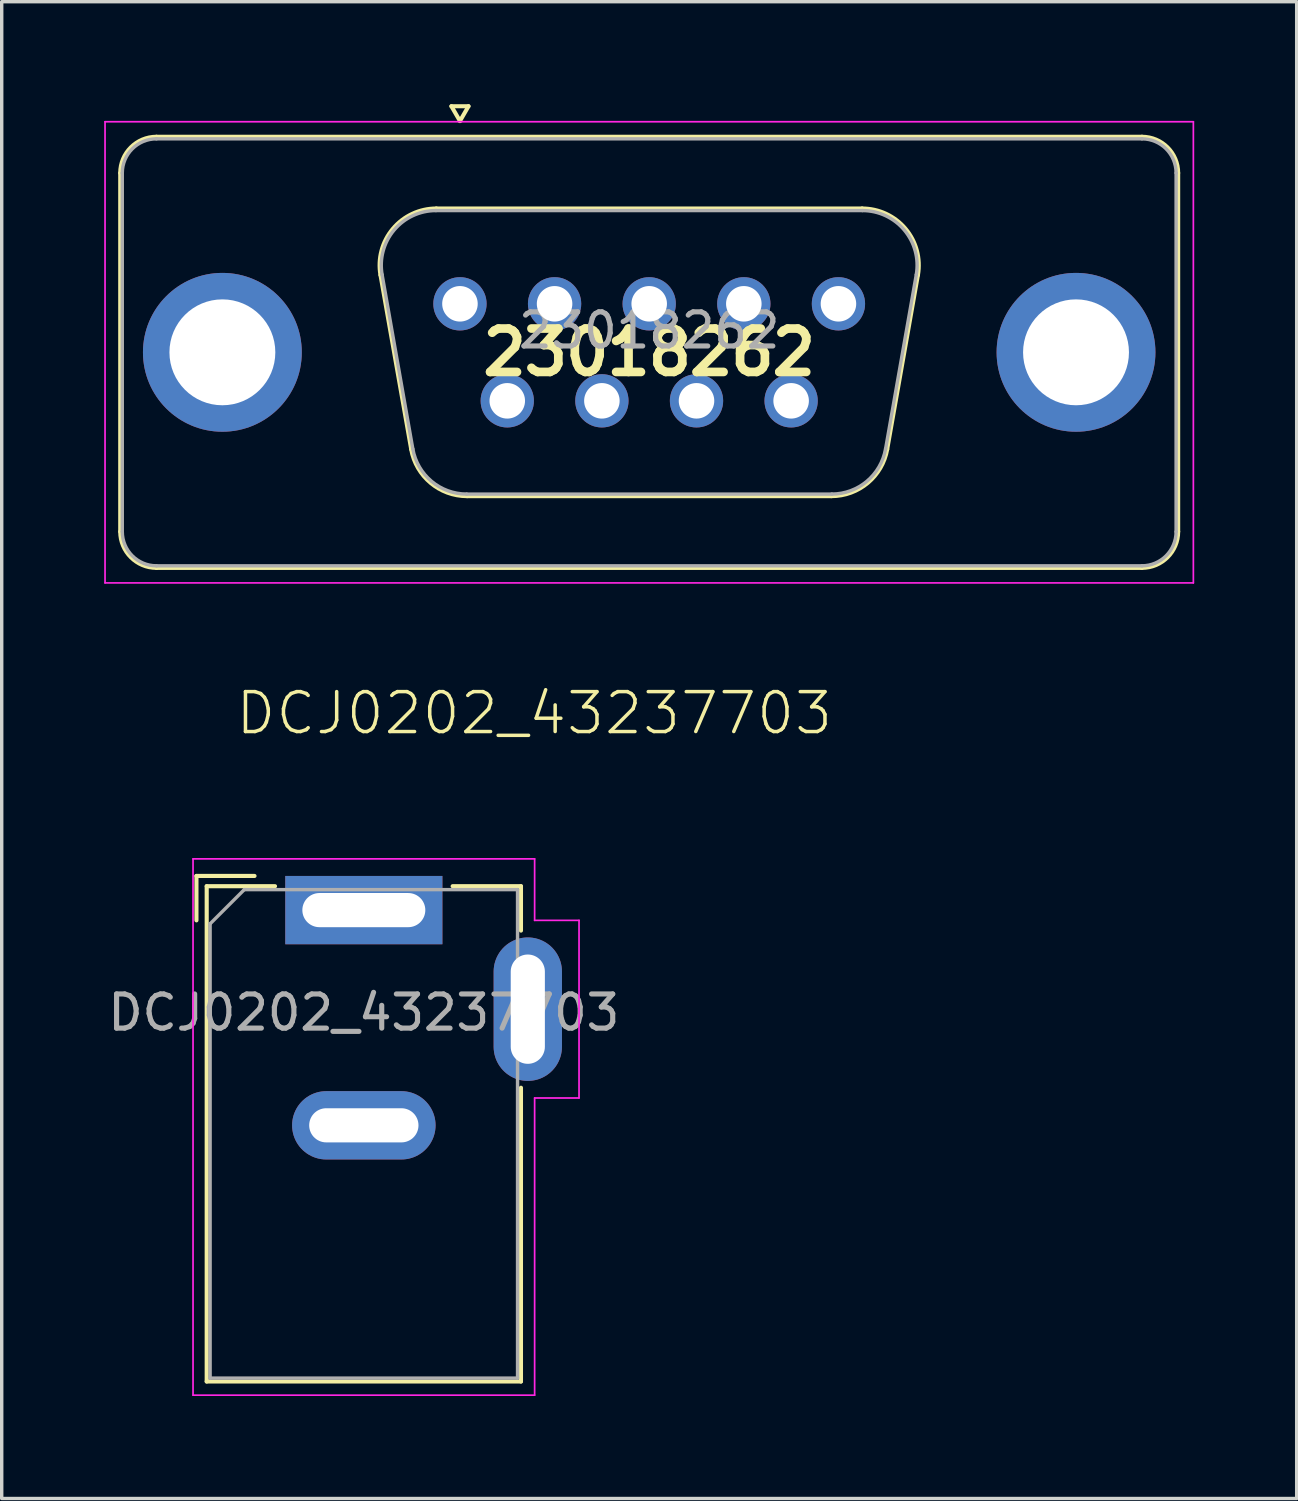
<source format=kicad_pcb>
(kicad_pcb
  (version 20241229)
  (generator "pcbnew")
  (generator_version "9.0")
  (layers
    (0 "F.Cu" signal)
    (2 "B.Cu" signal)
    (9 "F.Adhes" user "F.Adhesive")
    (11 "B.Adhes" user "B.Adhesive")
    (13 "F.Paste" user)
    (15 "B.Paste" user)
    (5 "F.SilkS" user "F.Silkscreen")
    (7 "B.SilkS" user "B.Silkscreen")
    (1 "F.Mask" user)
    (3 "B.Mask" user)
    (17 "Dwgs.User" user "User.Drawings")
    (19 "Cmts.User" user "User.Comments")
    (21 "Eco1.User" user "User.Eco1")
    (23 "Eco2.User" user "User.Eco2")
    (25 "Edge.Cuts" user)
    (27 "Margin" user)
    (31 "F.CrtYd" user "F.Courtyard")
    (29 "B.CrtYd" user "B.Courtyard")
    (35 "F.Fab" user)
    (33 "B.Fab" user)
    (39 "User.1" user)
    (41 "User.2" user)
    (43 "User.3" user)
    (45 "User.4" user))
  (footprint "DCJ0202_43237703"
    (layer "F.Cu")
    (at 7.601 23.593)
    (property "Reference" "DCJ0202_43237703" (at -3.81 -5.08 0) (layer "F.SilkS") (effects (font (size 1.168 1.168) (thickness 0.102)) (justify left bottom)))
    (attr through_hole)
    (fp_line (start -4.9 -1) (end -4.9 0.3) (stroke (width 0.12) (type solid)) (layer "F.SilkS"))
    (fp_line (start -4.6 -0.7) (end -2.6 -0.7) (stroke (width 0.12) (type solid)) (layer "F.SilkS"))
    (fp_line (start -4.6 13.8) (end -4.6 -0.7) (stroke (width 0.12) (type solid)) (layer "F.SilkS"))
    (fp_line (start -3.2 -1) (end -4.9 -1) (stroke (width 0.12) (type solid)) (layer "F.SilkS"))
    (fp_line (start 2.6 -0.7) (end 4.6 -0.7) (stroke (width 0.12) (type solid)) (layer "F.SilkS"))
    (fp_line (start 4.6 -0.7) (end 4.6 0.6) (stroke (width 0.12) (type solid)) (layer "F.SilkS"))
    (fp_line (start 4.6 5.2) (end 4.6 13.8) (stroke (width 0.12) (type solid)) (layer "F.SilkS"))
    (fp_line (start 4.6 13.8) (end -4.6 13.8) (stroke (width 0.12) (type solid)) (layer "F.SilkS"))
    (fp_line (start -5 -1.5) (end -5 14.2) (stroke (width 0.05) (type solid)) (layer "F.CrtYd"))
    (fp_line (start -5 14.2) (end 5 14.2) (stroke (width 0.05) (type solid)) (layer "F.CrtYd"))
    (fp_line (start 5 -1.5) (end -5 -1.5) (stroke (width 0.05) (type solid)) (layer "F.CrtYd"))
    (fp_line (start 5 0.3) (end 5 -1.5) (stroke (width 0.05) (type solid)) (layer "F.CrtYd"))
    (fp_line (start 5 14.2) (end 5 5.5) (stroke (width 0.05) (type solid)) (layer "F.CrtYd"))
    (fp_line (start 6.3 0.3) (end 5 0.3) (stroke (width 0.05) (type solid)) (layer "F.CrtYd"))
    (fp_line (start 6.3 0.3) (end 6.3 5.5) (stroke (width 0.05) (type solid)) (layer "F.CrtYd"))
    (fp_line (start 6.3 5.5) (end 5 5.5) (stroke (width 0.05) (type solid)) (layer "F.CrtYd"))
    (fp_line (start -4.5 0.4) (end -3.5 -0.6) (stroke (width 0.1) (type solid)) (layer "F.Fab"))
    (fp_line (start -4.5 13.7) (end -4.5 0.4) (stroke (width 0.1) (type solid)) (layer "F.Fab"))
    (fp_line (start 4.5 -0.6) (end -3.5 -0.6) (stroke (width 0.1) (type solid)) (layer "F.Fab"))
    (fp_line (start 4.5 -0.6) (end 4.5 13.7) (stroke (width 0.1) (type solid)) (layer "F.Fab"))
    (fp_line (start 4.5 13.7) (end -4.5 13.7) (stroke (width 0.1) (type solid)) (layer "F.Fab"))
    (fp_text user "${REFERENCE}" (at 0 3 0) (layer "F.Fab") (effects (font (size 1 1) (thickness 0.15))))
    (pad "1" thru_hole rect (at 0 0) (size 4.6 2) (drill oval 3.6 1) (layers "*.Cu" "*.Mask"))
    (pad "2" thru_hole oval (at 0 6.3) (size 4.2 2) (drill oval 3.2 1) (layers "*.Cu" "*.Mask"))
    (pad "MP" thru_hole oval (at 4.8 2.9) (size 2 4.2) (drill oval 1 3.2) (layers "*.Cu" "*.Mask")))
  (footprint "23018262"
    (layer "F.Cu")
    (at 10.415 5.844)
    (property "Reference" "23018262" (at 5.54 1.42 0) (layer "F.SilkS") (effects (font (size 1.27 1.27) (thickness 0.254))))
    (attr through_hole)
    (fp_line (start -9.945 6.67) (end -9.945 -3.83) (stroke (width 0.12) (type solid)) (layer "F.SilkS"))
    (fp_line (start -8.885 -4.89) (end 19.965 -4.89) (stroke (width 0.12) (type solid)) (layer "F.SilkS"))
    (fp_line (start -2.326 -0.842) (end -1.427 4.258) (stroke (width 0.12) (type solid)) (layer "F.SilkS"))
    (fp_line (start -0.692 -2.79) (end 11.772 -2.79) (stroke (width 0.12) (type solid)) (layer "F.SilkS"))
    (fp_line (start -0.25 -5.784) (end 0.25 -5.784) (stroke (width 0.12) (type solid)) (layer "F.SilkS"))
    (fp_line (start 0 -5.351) (end -0.25 -5.784) (stroke (width 0.12) (type solid)) (layer "F.SilkS"))
    (fp_line (start 0.208 5.63) (end 10.872 5.63) (stroke (width 0.12) (type solid)) (layer "F.SilkS"))
    (fp_line (start 0.25 -5.784) (end 0 -5.351) (stroke (width 0.12) (type solid)) (layer "F.SilkS"))
    (fp_line (start 13.406 -0.842) (end 12.507 4.258) (stroke (width 0.12) (type solid)) (layer "F.SilkS"))
    (fp_line (start 19.965 7.73) (end -8.885 7.73) (stroke (width 0.12) (type solid)) (layer "F.SilkS"))
    (fp_line (start 21.025 -3.83) (end 21.025 6.67) (stroke (width 0.12) (type solid)) (layer "F.SilkS"))
    (fp_arc (start -9.945 -3.83) (mid -9.634533 -4.579533) (end -8.885 -4.89) (stroke (width 0.12) (type solid)) (layer "F.SilkS"))
    (fp_arc (start -8.885 7.73) (mid -9.634533 7.419533) (end -9.945 6.67) (stroke (width 0.12) (type solid)) (layer "F.SilkS"))
    (fp_arc (start -2.32647 -0.841744) (mid -1.963323 -2.197027) (end -0.691689 -2.79) (stroke (width 0.12) (type solid)) (layer "F.SilkS"))
    (fp_arc (start 0.207579 5.63) (mid -0.859449 5.241634) (end -1.427202 4.258256) (stroke (width 0.12) (type solid)) (layer "F.SilkS"))
    (fp_arc (start 11.771689 -2.79) (mid 13.043323 -2.197027) (end 13.40647 -0.841744) (stroke (width 0.12) (type solid)) (layer "F.SilkS"))
    (fp_arc (start 12.507202 4.258256) (mid 11.939449 5.241634) (end 10.872421 5.63) (stroke (width 0.12) (type solid)) (layer "F.SilkS"))
    (fp_arc (start 19.965 -4.89) (mid 20.714533 -4.579533) (end 21.025 -3.83) (stroke (width 0.12) (type solid)) (layer "F.SilkS"))
    (fp_arc (start 21.025 6.67) (mid 20.714533 7.419533) (end 19.965 7.73) (stroke (width 0.12) (type solid)) (layer "F.SilkS"))
    (fp_line (start -10.39 -5.33) (end -10.39 8.17) (stroke (width 0.05) (type solid)) (layer "F.CrtYd"))
    (fp_line (start -10.39 8.17) (end 21.47 8.17) (stroke (width 0.05) (type solid)) (layer "F.CrtYd"))
    (fp_line (start 21.47 -5.33) (end -10.39 -5.33) (stroke (width 0.05) (type solid)) (layer "F.CrtYd"))
    (fp_line (start 21.47 8.17) (end 21.47 -5.33) (stroke (width 0.05) (type solid)) (layer "F.CrtYd"))
    (fp_line (start -9.885 6.67) (end -9.885 -3.83) (stroke (width 0.1) (type solid)) (layer "F.Fab"))
    (fp_line (start -8.885 -4.83) (end 19.965 -4.83) (stroke (width 0.1) (type solid)) (layer "F.Fab"))
    (fp_line (start -2.279 -0.852) (end -1.38 4.248) (stroke (width 0.1) (type solid)) (layer "F.Fab"))
    (fp_line (start -0.703 -2.73) (end 11.783 -2.73) (stroke (width 0.1) (type solid)) (layer "F.Fab"))
    (fp_line (start 0.196 5.57) (end 10.884 5.57) (stroke (width 0.1) (type solid)) (layer "F.Fab"))
    (fp_line (start 13.359 -0.852) (end 12.46 4.248) (stroke (width 0.1) (type solid)) (layer "F.Fab"))
    (fp_line (start 19.965 7.67) (end -8.885 7.67) (stroke (width 0.1) (type solid)) (layer "F.Fab"))
    (fp_line (start 20.965 -3.83) (end 20.965 6.67) (stroke (width 0.1) (type solid)) (layer "F.Fab"))
    (fp_arc (start -9.885 -3.83) (mid -9.592107 -4.537107) (end -8.885 -4.83) (stroke (width 0.1) (type solid)) (layer "F.Fab"))
    (fp_arc (start -8.885 7.67) (mid -9.592107 7.377107) (end -9.885 6.67) (stroke (width 0.1) (type solid)) (layer "F.Fab"))
    (fp_arc (start -2.278887 -0.852163) (mid -1.928865 -2.15846) (end -0.703194 -2.73) (stroke (width 0.1) (type solid)) (layer "F.Fab"))
    (fp_arc (start 0.196073 5.57) (mid -0.832387 5.195671) (end -1.379619 4.247837) (stroke (width 0.1) (type solid)) (layer "F.Fab"))
    (fp_arc (start 11.783194 -2.73) (mid 13.008865 -2.15846) (end 13.358887 -0.852163) (stroke (width 0.1) (type solid)) (layer "F.Fab"))
    (fp_arc (start 12.459619 4.247837) (mid 11.912387 5.195671) (end 10.883927 5.57) (stroke (width 0.1) (type solid)) (layer "F.Fab"))
    (fp_arc (start 19.965 -4.83) (mid 20.672107 -4.537107) (end 20.965 -3.83) (stroke (width 0.1) (type solid)) (layer "F.Fab"))
    (fp_arc (start 20.965 6.67) (mid 20.672107 7.377107) (end 19.965 7.67) (stroke (width 0.1) (type solid)) (layer "F.Fab"))
    (fp_text user "${REFERENCE}" (at 5.54 0.78 0) (layer "F.Fab") (effects (font (size 1 1) (thickness 0.15))))
    (pad "1" thru_hole circle (at 0 0) (size 1.56 1.56) (drill 1.04) (layers "*.Cu" "*.Mask"))
    (pad "2" thru_hole circle (at 2.77 0) (size 1.56 1.56) (drill 1.04) (layers "*.Cu" "*.Mask"))
    (pad "3" thru_hole circle (at 5.54 0) (size 1.56 1.56) (drill 1.04) (layers "*.Cu" "*.Mask"))
    (pad "4" thru_hole circle (at 8.31 0) (size 1.56 1.56) (drill 1.04) (layers "*.Cu" "*.Mask"))
    (pad "5" thru_hole circle (at 11.08 0) (size 1.56 1.56) (drill 1.04) (layers "*.Cu" "*.Mask"))
    (pad "6" thru_hole circle (at 1.385 2.84) (size 1.56 1.56) (drill 1.04) (layers "*.Cu" "*.Mask"))
    (pad "7" thru_hole circle (at 4.155 2.84) (size 1.56 1.56) (drill 1.04) (layers "*.Cu" "*.Mask"))
    (pad "8" thru_hole circle (at 6.925 2.84) (size 1.56 1.56) (drill 1.04) (layers "*.Cu" "*.Mask"))
    (pad "9" thru_hole circle (at 9.695 2.84) (size 1.56 1.56) (drill 1.04) (layers "*.Cu" "*.Mask"))
    (pad "MH" thru_hole circle (at -6.955 1.42) (size 4.65 4.65) (drill 3.1) (layers "*.Cu" "*.Mask"))
    (pad "MH" thru_hole circle (at 18.035 1.42) (size 4.65 4.65) (drill 3.1) (layers "*.Cu" "*.Mask")))
  (gr_rect
    (start -3 -3)
    (end 34.91 40.818)
    (stroke (width 0.1) (type default))
    (fill no)
    (layer "Edge.Cuts")))
</source>
